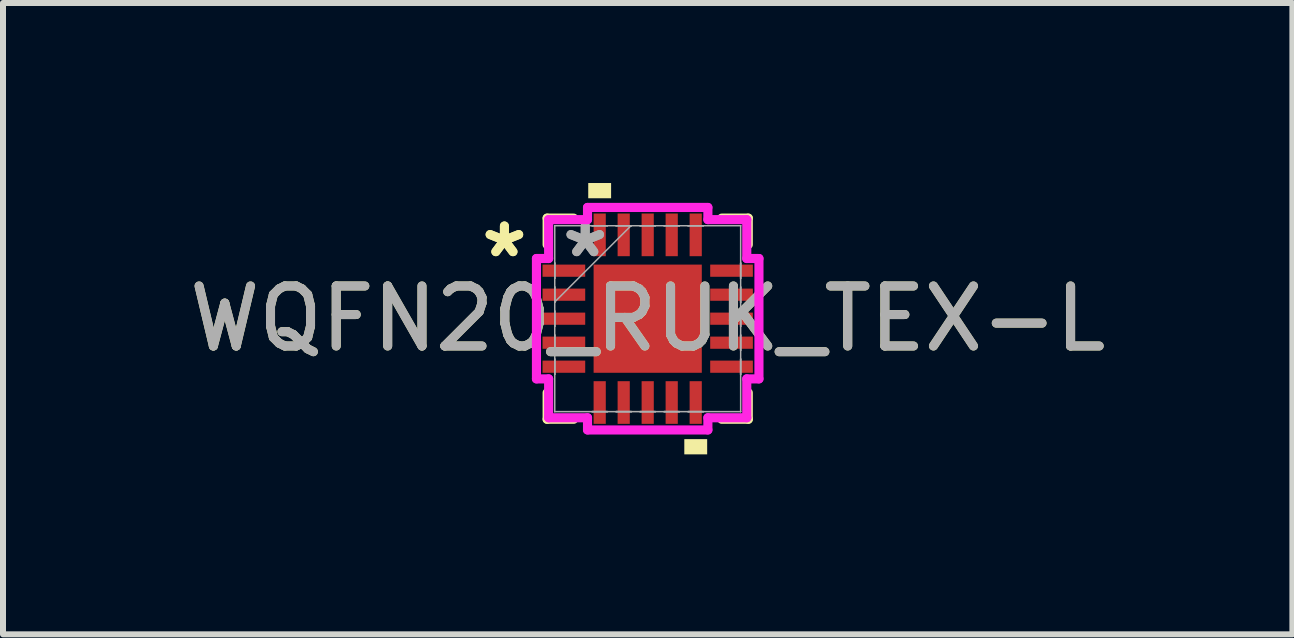
<source format=kicad_pcb>
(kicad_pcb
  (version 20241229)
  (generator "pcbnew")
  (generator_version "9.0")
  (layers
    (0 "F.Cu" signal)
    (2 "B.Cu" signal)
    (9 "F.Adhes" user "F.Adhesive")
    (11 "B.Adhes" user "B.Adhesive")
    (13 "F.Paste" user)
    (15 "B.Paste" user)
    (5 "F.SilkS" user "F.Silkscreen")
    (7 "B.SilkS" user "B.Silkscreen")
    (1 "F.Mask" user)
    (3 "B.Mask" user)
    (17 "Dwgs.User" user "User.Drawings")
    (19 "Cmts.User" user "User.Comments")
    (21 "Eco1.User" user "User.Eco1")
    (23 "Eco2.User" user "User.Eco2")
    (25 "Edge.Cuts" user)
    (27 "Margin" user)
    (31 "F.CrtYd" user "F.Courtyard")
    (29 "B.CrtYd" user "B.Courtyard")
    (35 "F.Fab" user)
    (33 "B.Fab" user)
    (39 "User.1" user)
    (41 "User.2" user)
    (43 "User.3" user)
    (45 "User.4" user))
  (footprint "WQFN20_RUK_TEX-L"
    (layer "F.Cu")
    (at 7.744 2.261)
    (property "Reference" "WQFN20_RUK_TEX-L" (at 0 0 0) (unlocked yes) (layer "F.SilkS") (effects (font (size 1 1) (thickness 0.15))))
    (attr smd)
    (fp_line (start -1.676 -1.676) (end -1.676 -1.234) (stroke (width 0.152) (type solid)) (layer "F.SilkS"))
    (fp_line (start -1.676 1.234) (end -1.676 1.676) (stroke (width 0.152) (type solid)) (layer "F.SilkS"))
    (fp_line (start -1.676 1.676) (end -1.234 1.676) (stroke (width 0.152) (type solid)) (layer "F.SilkS"))
    (fp_line (start -1.234 -1.676) (end -1.676 -1.676) (stroke (width 0.152) (type solid)) (layer "F.SilkS"))
    (fp_line (start 1.234 1.676) (end 1.676 1.676) (stroke (width 0.152) (type solid)) (layer "F.SilkS"))
    (fp_line (start 1.676 -1.676) (end 1.234 -1.676) (stroke (width 0.152) (type solid)) (layer "F.SilkS"))
    (fp_line (start 1.676 -1.234) (end 1.676 -1.676) (stroke (width 0.152) (type solid)) (layer "F.SilkS"))
    (fp_line (start 1.676 1.676) (end 1.676 1.234) (stroke (width 0.152) (type solid)) (layer "F.SilkS"))
    (fp_poly (pts (xy -0.991 -2.007) (xy -0.991 -2.261) (xy -0.61 -2.261) (xy -0.61 -2.007)) (stroke (width 0) (type solid)) (fill yes) (layer "F.SilkS"))
    (fp_poly (pts (xy 0.61 2.007) (xy 0.61 2.261) (xy 0.991 2.261) (xy 0.991 2.007)) (stroke (width 0) (type solid)) (fill yes) (layer "F.SilkS"))
    (fp_line (start -1.854 -1.003) (end -1.651 -1.003) (stroke (width 0.152) (type solid)) (layer "F.CrtYd"))
    (fp_line (start -1.854 1.003) (end -1.854 -1.003) (stroke (width 0.152) (type solid)) (layer "F.CrtYd"))
    (fp_line (start -1.651 -1.651) (end -1.003 -1.651) (stroke (width 0.152) (type solid)) (layer "F.CrtYd"))
    (fp_line (start -1.651 -1.003) (end -1.651 -1.651) (stroke (width 0.152) (type solid)) (layer "F.CrtYd"))
    (fp_line (start -1.651 1.003) (end -1.854 1.003) (stroke (width 0.152) (type solid)) (layer "F.CrtYd"))
    (fp_line (start -1.651 1.651) (end -1.651 1.003) (stroke (width 0.152) (type solid)) (layer "F.CrtYd"))
    (fp_line (start -1.003 -1.854) (end 1.003 -1.854) (stroke (width 0.152) (type solid)) (layer "F.CrtYd"))
    (fp_line (start -1.003 -1.651) (end -1.003 -1.854) (stroke (width 0.152) (type solid)) (layer "F.CrtYd"))
    (fp_line (start -1.003 1.651) (end -1.651 1.651) (stroke (width 0.152) (type solid)) (layer "F.CrtYd"))
    (fp_line (start -1.003 1.854) (end -1.003 1.651) (stroke (width 0.152) (type solid)) (layer "F.CrtYd"))
    (fp_line (start 1.003 -1.854) (end 1.003 -1.651) (stroke (width 0.152) (type solid)) (layer "F.CrtYd"))
    (fp_line (start 1.003 -1.651) (end 1.651 -1.651) (stroke (width 0.152) (type solid)) (layer "F.CrtYd"))
    (fp_line (start 1.003 1.651) (end 1.003 1.854) (stroke (width 0.152) (type solid)) (layer "F.CrtYd"))
    (fp_line (start 1.003 1.854) (end -1.003 1.854) (stroke (width 0.152) (type solid)) (layer "F.CrtYd"))
    (fp_line (start 1.651 -1.651) (end 1.651 -1.003) (stroke (width 0.152) (type solid)) (layer "F.CrtYd"))
    (fp_line (start 1.651 -1.003) (end 1.854 -1.003) (stroke (width 0.152) (type solid)) (layer "F.CrtYd"))
    (fp_line (start 1.651 1.003) (end 1.651 1.651) (stroke (width 0.152) (type solid)) (layer "F.CrtYd"))
    (fp_line (start 1.651 1.651) (end 1.003 1.651) (stroke (width 0.152) (type solid)) (layer "F.CrtYd"))
    (fp_line (start 1.854 -1.003) (end 1.854 1.003) (stroke (width 0.152) (type solid)) (layer "F.CrtYd"))
    (fp_line (start 1.854 1.003) (end 1.651 1.003) (stroke (width 0.152) (type solid)) (layer "F.CrtYd"))
    (fp_line (start -1.549 -1.549) (end -1.549 -1.549) (stroke (width 0.025) (type solid)) (layer "F.Fab"))
    (fp_line (start -1.549 -1.549) (end -1.549 1.549) (stroke (width 0.025) (type solid)) (layer "F.Fab"))
    (fp_line (start -1.549 -0.927) (end -1.549 -0.927) (stroke (width 0.025) (type solid)) (layer "F.Fab"))
    (fp_line (start -1.549 -0.927) (end -1.549 -0.673) (stroke (width 0.025) (type solid)) (layer "F.Fab"))
    (fp_line (start -1.549 -0.673) (end -1.549 -0.927) (stroke (width 0.025) (type solid)) (layer "F.Fab"))
    (fp_line (start -1.549 -0.673) (end -1.549 -0.673) (stroke (width 0.025) (type solid)) (layer "F.Fab"))
    (fp_line (start -1.549 -0.527) (end -1.549 -0.527) (stroke (width 0.025) (type solid)) (layer "F.Fab"))
    (fp_line (start -1.549 -0.527) (end -1.549 -0.273) (stroke (width 0.025) (type solid)) (layer "F.Fab"))
    (fp_line (start -1.549 -0.279) (end -0.279 -1.549) (stroke (width 0.025) (type solid)) (layer "F.Fab"))
    (fp_line (start -1.549 -0.273) (end -1.549 -0.527) (stroke (width 0.025) (type solid)) (layer "F.Fab"))
    (fp_line (start -1.549 -0.273) (end -1.549 -0.273) (stroke (width 0.025) (type solid)) (layer "F.Fab"))
    (fp_line (start -1.549 -0.127) (end -1.549 -0.127) (stroke (width 0.025) (type solid)) (layer "F.Fab"))
    (fp_line (start -1.549 -0.127) (end -1.549 0.127) (stroke (width 0.025) (type solid)) (layer "F.Fab"))
    (fp_line (start -1.549 0.127) (end -1.549 -0.127) (stroke (width 0.025) (type solid)) (layer "F.Fab"))
    (fp_line (start -1.549 0.127) (end -1.549 0.127) (stroke (width 0.025) (type solid)) (layer "F.Fab"))
    (fp_line (start -1.549 0.273) (end -1.549 0.273) (stroke (width 0.025) (type solid)) (layer "F.Fab"))
    (fp_line (start -1.549 0.273) (end -1.549 0.527) (stroke (width 0.025) (type solid)) (layer "F.Fab"))
    (fp_line (start -1.549 0.527) (end -1.549 0.273) (stroke (width 0.025) (type solid)) (layer "F.Fab"))
    (fp_line (start -1.549 0.527) (end -1.549 0.527) (stroke (width 0.025) (type solid)) (layer "F.Fab"))
    (fp_line (start -1.549 0.673) (end -1.549 0.673) (stroke (width 0.025) (type solid)) (layer "F.Fab"))
    (fp_line (start -1.549 0.673) (end -1.549 0.927) (stroke (width 0.025) (type solid)) (layer "F.Fab"))
    (fp_line (start -1.549 0.927) (end -1.549 0.673) (stroke (width 0.025) (type solid)) (layer "F.Fab"))
    (fp_line (start -1.549 0.927) (end -1.549 0.927) (stroke (width 0.025) (type solid)) (layer "F.Fab"))
    (fp_line (start -1.549 1.549) (end -1.549 1.549) (stroke (width 0.025) (type solid)) (layer "F.Fab"))
    (fp_line (start -1.549 1.549) (end 1.549 1.549) (stroke (width 0.025) (type solid)) (layer "F.Fab"))
    (fp_line (start -0.927 -1.549) (end -0.927 -1.549) (stroke (width 0.025) (type solid)) (layer "F.Fab"))
    (fp_line (start -0.927 -1.549) (end -0.673 -1.549) (stroke (width 0.025) (type solid)) (layer "F.Fab"))
    (fp_line (start -0.927 1.549) (end -0.927 1.549) (stroke (width 0.025) (type solid)) (layer "F.Fab"))
    (fp_line (start -0.927 1.549) (end -0.673 1.549) (stroke (width 0.025) (type solid)) (layer "F.Fab"))
    (fp_line (start -0.673 -1.549) (end -0.927 -1.549) (stroke (width 0.025) (type solid)) (layer "F.Fab"))
    (fp_line (start -0.673 -1.549) (end -0.673 -1.549) (stroke (width 0.025) (type solid)) (layer "F.Fab"))
    (fp_line (start -0.673 1.549) (end -0.927 1.549) (stroke (width 0.025) (type solid)) (layer "F.Fab"))
    (fp_line (start -0.673 1.549) (end -0.673 1.549) (stroke (width 0.025) (type solid)) (layer "F.Fab"))
    (fp_line (start -0.527 -1.549) (end -0.527 -1.549) (stroke (width 0.025) (type solid)) (layer "F.Fab"))
    (fp_line (start -0.527 -1.549) (end -0.273 -1.549) (stroke (width 0.025) (type solid)) (layer "F.Fab"))
    (fp_line (start -0.527 1.549) (end -0.527 1.549) (stroke (width 0.025) (type solid)) (layer "F.Fab"))
    (fp_line (start -0.527 1.549) (end -0.273 1.549) (stroke (width 0.025) (type solid)) (layer "F.Fab"))
    (fp_line (start -0.273 -1.549) (end -0.527 -1.549) (stroke (width 0.025) (type solid)) (layer "F.Fab"))
    (fp_line (start -0.273 -1.549) (end -0.273 -1.549) (stroke (width 0.025) (type solid)) (layer "F.Fab"))
    (fp_line (start -0.273 1.549) (end -0.527 1.549) (stroke (width 0.025) (type solid)) (layer "F.Fab"))
    (fp_line (start -0.273 1.549) (end -0.273 1.549) (stroke (width 0.025) (type solid)) (layer "F.Fab"))
    (fp_line (start -0.127 -1.549) (end -0.127 -1.549) (stroke (width 0.025) (type solid)) (layer "F.Fab"))
    (fp_line (start -0.127 -1.549) (end 0.127 -1.549) (stroke (width 0.025) (type solid)) (layer "F.Fab"))
    (fp_line (start -0.127 1.549) (end -0.127 1.549) (stroke (width 0.025) (type solid)) (layer "F.Fab"))
    (fp_line (start -0.127 1.549) (end 0.127 1.549) (stroke (width 0.025) (type solid)) (layer "F.Fab"))
    (fp_line (start 0.127 -1.549) (end -0.127 -1.549) (stroke (width 0.025) (type solid)) (layer "F.Fab"))
    (fp_line (start 0.127 -1.549) (end 0.127 -1.549) (stroke (width 0.025) (type solid)) (layer "F.Fab"))
    (fp_line (start 0.127 1.549) (end -0.127 1.549) (stroke (width 0.025) (type solid)) (layer "F.Fab"))
    (fp_line (start 0.127 1.549) (end 0.127 1.549) (stroke (width 0.025) (type solid)) (layer "F.Fab"))
    (fp_line (start 0.273 -1.549) (end 0.273 -1.549) (stroke (width 0.025) (type solid)) (layer "F.Fab"))
    (fp_line (start 0.273 -1.549) (end 0.527 -1.549) (stroke (width 0.025) (type solid)) (layer "F.Fab"))
    (fp_line (start 0.273 1.549) (end 0.273 1.549) (stroke (width 0.025) (type solid)) (layer "F.Fab"))
    (fp_line (start 0.273 1.549) (end 0.527 1.549) (stroke (width 0.025) (type solid)) (layer "F.Fab"))
    (fp_line (start 0.527 -1.549) (end 0.273 -1.549) (stroke (width 0.025) (type solid)) (layer "F.Fab"))
    (fp_line (start 0.527 -1.549) (end 0.527 -1.549) (stroke (width 0.025) (type solid)) (layer "F.Fab"))
    (fp_line (start 0.527 1.549) (end 0.273 1.549) (stroke (width 0.025) (type solid)) (layer "F.Fab"))
    (fp_line (start 0.527 1.549) (end 0.527 1.549) (stroke (width 0.025) (type solid)) (layer "F.Fab"))
    (fp_line (start 0.673 -1.549) (end 0.673 -1.549) (stroke (width 0.025) (type solid)) (layer "F.Fab"))
    (fp_line (start 0.673 -1.549) (end 0.927 -1.549) (stroke (width 0.025) (type solid)) (layer "F.Fab"))
    (fp_line (start 0.673 1.549) (end 0.673 1.549) (stroke (width 0.025) (type solid)) (layer "F.Fab"))
    (fp_line (start 0.673 1.549) (end 0.927 1.549) (stroke (width 0.025) (type solid)) (layer "F.Fab"))
    (fp_line (start 0.927 -1.549) (end 0.673 -1.549) (stroke (width 0.025) (type solid)) (layer "F.Fab"))
    (fp_line (start 0.927 -1.549) (end 0.927 -1.549) (stroke (width 0.025) (type solid)) (layer "F.Fab"))
    (fp_line (start 0.927 1.549) (end 0.673 1.549) (stroke (width 0.025) (type solid)) (layer "F.Fab"))
    (fp_line (start 0.927 1.549) (end 0.927 1.549) (stroke (width 0.025) (type solid)) (layer "F.Fab"))
    (fp_line (start 1.549 -1.549) (end -1.549 -1.549) (stroke (width 0.025) (type solid)) (layer "F.Fab"))
    (fp_line (start 1.549 -1.549) (end 1.549 -1.549) (stroke (width 0.025) (type solid)) (layer "F.Fab"))
    (fp_line (start 1.549 -0.927) (end 1.549 -0.927) (stroke (width 0.025) (type solid)) (layer "F.Fab"))
    (fp_line (start 1.549 -0.927) (end 1.549 -0.673) (stroke (width 0.025) (type solid)) (layer "F.Fab"))
    (fp_line (start 1.549 -0.673) (end 1.549 -0.927) (stroke (width 0.025) (type solid)) (layer "F.Fab"))
    (fp_line (start 1.549 -0.673) (end 1.549 -0.673) (stroke (width 0.025) (type solid)) (layer "F.Fab"))
    (fp_line (start 1.549 -0.527) (end 1.549 -0.527) (stroke (width 0.025) (type solid)) (layer "F.Fab"))
    (fp_line (start 1.549 -0.527) (end 1.549 -0.273) (stroke (width 0.025) (type solid)) (layer "F.Fab"))
    (fp_line (start 1.549 -0.273) (end 1.549 -0.527) (stroke (width 0.025) (type solid)) (layer "F.Fab"))
    (fp_line (start 1.549 -0.273) (end 1.549 -0.273) (stroke (width 0.025) (type solid)) (layer "F.Fab"))
    (fp_line (start 1.549 -0.127) (end 1.549 -0.127) (stroke (width 0.025) (type solid)) (layer "F.Fab"))
    (fp_line (start 1.549 -0.127) (end 1.549 0.127) (stroke (width 0.025) (type solid)) (layer "F.Fab"))
    (fp_line (start 1.549 0.127) (end 1.549 -0.127) (stroke (width 0.025) (type solid)) (layer "F.Fab"))
    (fp_line (start 1.549 0.127) (end 1.549 0.127) (stroke (width 0.025) (type solid)) (layer "F.Fab"))
    (fp_line (start 1.549 0.273) (end 1.549 0.273) (stroke (width 0.025) (type solid)) (layer "F.Fab"))
    (fp_line (start 1.549 0.273) (end 1.549 0.527) (stroke (width 0.025) (type solid)) (layer "F.Fab"))
    (fp_line (start 1.549 0.527) (end 1.549 0.273) (stroke (width 0.025) (type solid)) (layer "F.Fab"))
    (fp_line (start 1.549 0.527) (end 1.549 0.527) (stroke (width 0.025) (type solid)) (layer "F.Fab"))
    (fp_line (start 1.549 0.673) (end 1.549 0.673) (stroke (width 0.025) (type solid)) (layer "F.Fab"))
    (fp_line (start 1.549 0.673) (end 1.549 0.927) (stroke (width 0.025) (type solid)) (layer "F.Fab"))
    (fp_line (start 1.549 0.927) (end 1.549 0.673) (stroke (width 0.025) (type solid)) (layer "F.Fab"))
    (fp_line (start 1.549 0.927) (end 1.549 0.927) (stroke (width 0.025) (type solid)) (layer "F.Fab"))
    (fp_line (start 1.549 1.549) (end 1.549 -1.549) (stroke (width 0.025) (type solid)) (layer "F.Fab"))
    (fp_line (start 1.549 1.549) (end 1.549 1.549) (stroke (width 0.025) (type solid)) (layer "F.Fab"))
    (fp_text user "*" (at -2.388 -1 0) (layer "F.SilkS") (effects (font (size 1 1) (thickness 0.15))))
    (fp_text user "*" (at -2.388 -1 0) (unlocked yes) (layer "F.SilkS") (effects (font (size 1 1) (thickness 0.15))))
    (fp_text user "${REFERENCE}" (at 0 0 0) (unlocked yes) (layer "F.Fab") (effects (font (size 1 1) (thickness 0.15))))
    (fp_text user "*" (at -1.041 -1 0) (layer "F.Fab") (effects (font (size 1 1) (thickness 0.15))))
    (fp_text user "*" (at -1.041 -1 0) (unlocked yes) (layer "F.Fab") (effects (font (size 1 1) (thickness 0.15))))
    (pad "1" smd rect (at -1.397 -0.8 90) (size 0.203 0.711) (layers "F.Cu" "F.Mask" "F.Paste"))
    (pad "2" smd rect (at -1.397 -0.4 90) (size 0.203 0.711) (layers "F.Cu" "F.Mask" "F.Paste"))
    (pad "3" smd rect (at -1.397 0 90) (size 0.203 0.711) (layers "F.Cu" "F.Mask" "F.Paste"))
    (pad "4" smd rect (at -1.397 0.4 90) (size 0.203 0.711) (layers "F.Cu" "F.Mask" "F.Paste"))
    (pad "5" smd rect (at -1.397 0.8 90) (size 0.203 0.711) (layers "F.Cu" "F.Mask" "F.Paste"))
    (pad "6" smd rect (at -0.8 1.397) (size 0.203 0.711) (layers "F.Cu" "F.Mask" "F.Paste"))
    (pad "7" smd rect (at -0.4 1.397) (size 0.203 0.711) (layers "F.Cu" "F.Mask" "F.Paste"))
    (pad "8" smd rect (at 0 1.397) (size 0.203 0.711) (layers "F.Cu" "F.Mask" "F.Paste"))
    (pad "9" smd rect (at 0.4 1.397) (size 0.203 0.711) (layers "F.Cu" "F.Mask" "F.Paste"))
    (pad "10" smd rect (at 0.8 1.397) (size 0.203 0.711) (layers "F.Cu" "F.Mask" "F.Paste"))
    (pad "11" smd rect (at 1.397 0.8 90) (size 0.203 0.711) (layers "F.Cu" "F.Mask" "F.Paste"))
    (pad "12" smd rect (at 1.397 0.4 90) (size 0.203 0.711) (layers "F.Cu" "F.Mask" "F.Paste"))
    (pad "13" smd rect (at 1.397 0 90) (size 0.203 0.711) (layers "F.Cu" "F.Mask" "F.Paste"))
    (pad "14" smd rect (at 1.397 -0.4 90) (size 0.203 0.711) (layers "F.Cu" "F.Mask" "F.Paste"))
    (pad "15" smd rect (at 1.397 -0.8 90) (size 0.203 0.711) (layers "F.Cu" "F.Mask" "F.Paste"))
    (pad "16" smd rect (at 0.8 -1.397) (size 0.203 0.711) (layers "F.Cu" "F.Mask" "F.Paste"))
    (pad "17" smd rect (at 0.4 -1.397) (size 0.203 0.711) (layers "F.Cu" "F.Mask" "F.Paste"))
    (pad "18" smd rect (at 0 -1.397) (size 0.203 0.711) (layers "F.Cu" "F.Mask" "F.Paste"))
    (pad "19" smd rect (at -0.4 -1.397) (size 0.203 0.711) (layers "F.Cu" "F.Mask" "F.Paste"))
    (pad "20" smd rect (at -0.8 -1.397) (size 0.203 0.711) (layers "F.Cu" "F.Mask" "F.Paste"))
    (pad "21" smd rect (at 0 0) (size 1.803 1.803) (layers "F.Cu" "F.Mask" "F.Paste")))
  (gr_rect
    (start -3 -3)
    (end 18.488 7.521)
    (stroke (width 0.1) (type default))
    (fill no)
    (layer "Edge.Cuts")))
</source>
